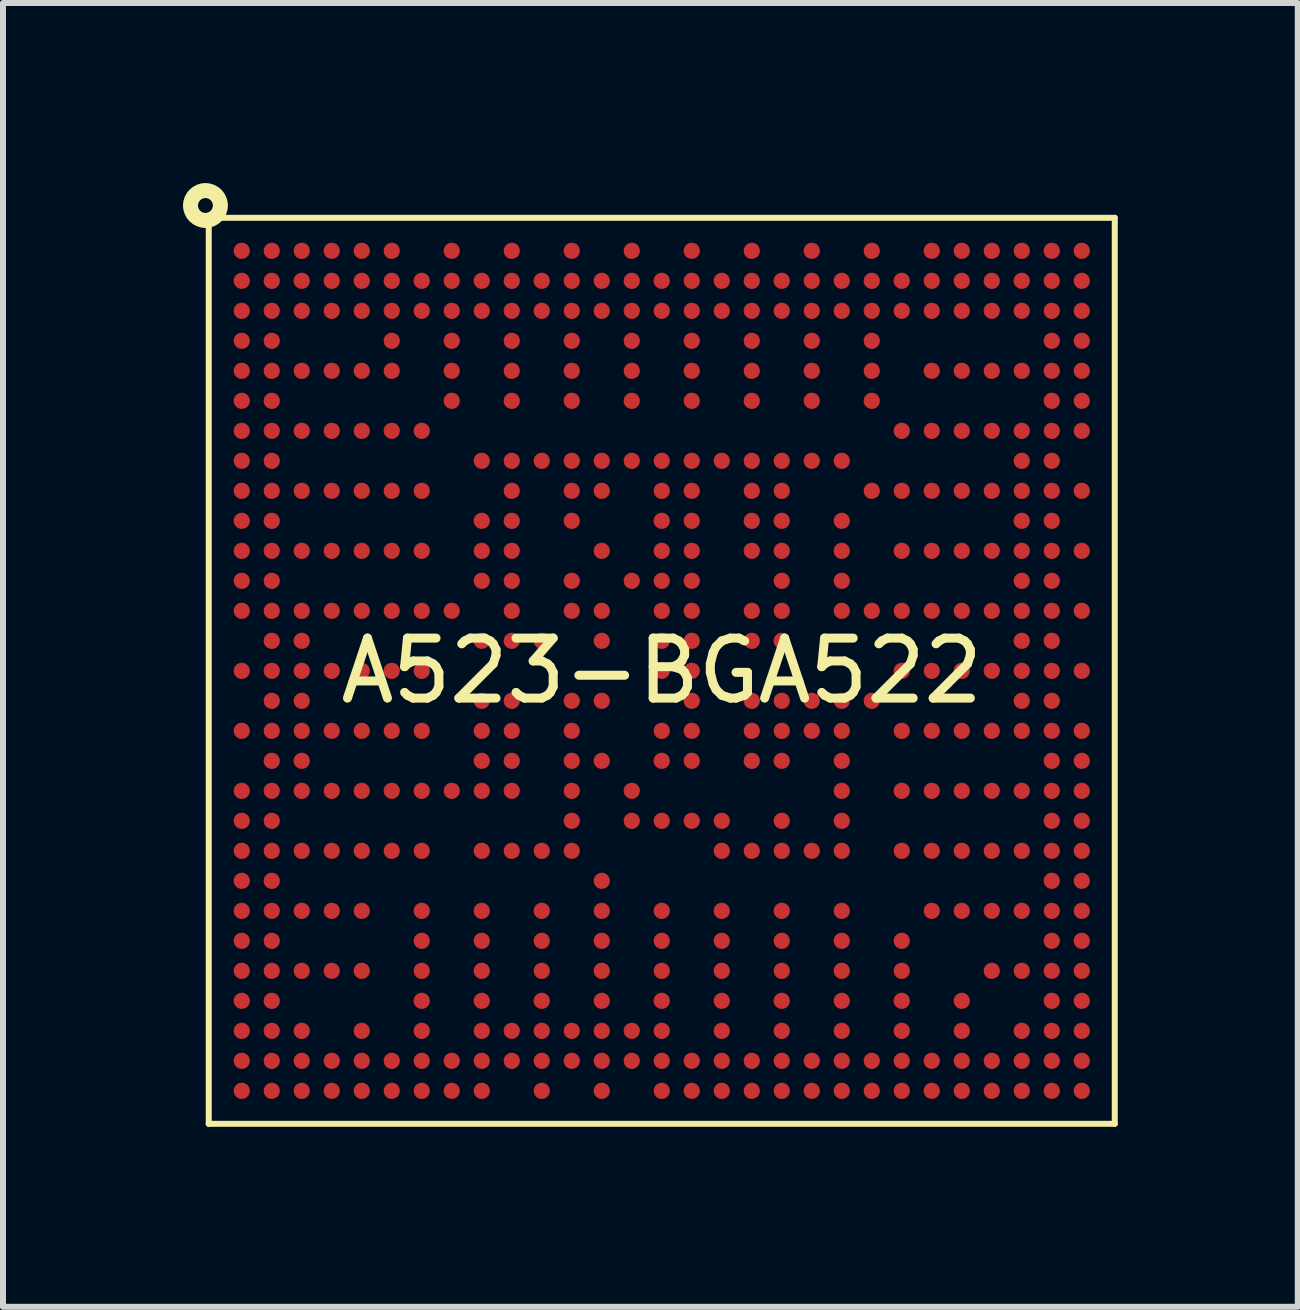
<source format=kicad_pcb>
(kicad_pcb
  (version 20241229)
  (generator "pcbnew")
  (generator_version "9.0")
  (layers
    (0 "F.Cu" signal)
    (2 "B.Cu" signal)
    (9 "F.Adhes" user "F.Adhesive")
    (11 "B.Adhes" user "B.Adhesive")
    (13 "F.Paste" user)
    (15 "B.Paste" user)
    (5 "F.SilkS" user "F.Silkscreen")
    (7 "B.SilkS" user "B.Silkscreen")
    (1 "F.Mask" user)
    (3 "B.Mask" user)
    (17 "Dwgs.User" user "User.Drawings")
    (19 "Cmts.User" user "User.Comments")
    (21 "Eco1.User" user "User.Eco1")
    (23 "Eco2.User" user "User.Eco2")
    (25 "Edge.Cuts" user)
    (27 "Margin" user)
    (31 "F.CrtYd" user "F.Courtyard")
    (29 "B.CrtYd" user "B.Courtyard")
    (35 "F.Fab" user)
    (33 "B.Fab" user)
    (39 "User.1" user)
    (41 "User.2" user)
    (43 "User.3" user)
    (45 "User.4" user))
  (footprint "A523-BGA522"
    (layer "F.Cu")
    (at 7.979 8.13)
    (property "Reference" "A523-BGA522" (at 0 0 0) (layer "F.SilkS") (effects (font (size 1 1) (thickness 0.15))))
    (fp_line (start -7.55 -7.55) (end -7.55 7.55) (stroke (width 0.1) (type default)) (layer "F.SilkS"))
    (fp_line (start -7.55 -7.55) (end 7.55 -7.55) (stroke (width 0.1) (type default)) (layer "F.SilkS"))
    (fp_line (start -7.55 7.55) (end 7.55 7.55) (stroke (width 0.1) (type default)) (layer "F.SilkS"))
    (fp_line (start 7.55 -7.55) (end 7.55 7.55) (stroke (width 0.1) (type default)) (layer "F.SilkS"))
    (fp_circle (center -7.605 -7.755) (end -7.356 -7.755) (stroke (width 0.25) (type default)) (fill no) (layer "F.SilkS"))
    (pad "A1" smd circle (at -7 -7 270) (size 0.27 0.27) (layers "F.Cu" "F.Mask" "F.Paste"))
    (pad "A2" smd circle (at -6.5 -7 270) (size 0.27 0.27) (layers "F.Cu" "F.Mask" "F.Paste"))
    (pad "A3" smd circle (at -6 -7 270) (size 0.27 0.27) (layers "F.Cu" "F.Mask" "F.Paste"))
    (pad "A4" smd circle (at -5.5 -7 270) (size 0.27 0.27) (layers "F.Cu" "F.Mask" "F.Paste"))
    (pad "A5" smd circle (at -5 -7 270) (size 0.27 0.27) (layers "F.Cu" "F.Mask" "F.Paste"))
    (pad "A6" smd circle (at -4.5 -7 270) (size 0.27 0.27) (layers "F.Cu" "F.Mask" "F.Paste"))
    (pad "A8" smd circle (at -3.5 -7 270) (size 0.27 0.27) (layers "F.Cu" "F.Mask" "F.Paste"))
    (pad "A10" smd circle (at -2.5 -7 270) (size 0.27 0.27) (layers "F.Cu" "F.Mask" "F.Paste"))
    (pad "A12" smd circle (at -1.5 -7 270) (size 0.27 0.27) (layers "F.Cu" "F.Mask" "F.Paste"))
    (pad "A14" smd circle (at -0.5 -7 270) (size 0.27 0.27) (layers "F.Cu" "F.Mask" "F.Paste"))
    (pad "A16" smd circle (at 0.5 -7 270) (size 0.27 0.27) (layers "F.Cu" "F.Mask" "F.Paste"))
    (pad "A18" smd circle (at 1.5 -7 270) (size 0.27 0.27) (layers "F.Cu" "F.Mask" "F.Paste"))
    (pad "A20" smd circle (at 2.5 -7 270) (size 0.27 0.27) (layers "F.Cu" "F.Mask" "F.Paste"))
    (pad "A22" smd circle (at 3.5 -7 270) (size 0.27 0.27) (layers "F.Cu" "F.Mask" "F.Paste"))
    (pad "A24" smd circle (at 4.5 -7 270) (size 0.27 0.27) (layers "F.Cu" "F.Mask" "F.Paste"))
    (pad "A25" smd circle (at 5 -7 270) (size 0.27 0.27) (layers "F.Cu" "F.Mask" "F.Paste"))
    (pad "A26" smd circle (at 5.5 -7 270) (size 0.27 0.27) (layers "F.Cu" "F.Mask" "F.Paste"))
    (pad "A27" smd circle (at 6 -7 270) (size 0.27 0.27) (layers "F.Cu" "F.Mask" "F.Paste"))
    (pad "A28" smd circle (at 6.5 -7 270) (size 0.27 0.27) (layers "F.Cu" "F.Mask" "F.Paste"))
    (pad "A29" smd circle (at 7 -7 270) (size 0.27 0.27) (layers "F.Cu" "F.Mask" "F.Paste"))
    (pad "AA1" smd circle (at -7 3 270) (size 0.27 0.27) (layers "F.Cu" "F.Mask" "F.Paste"))
    (pad "AA2" smd circle (at -6.5 3 270) (size 0.27 0.27) (layers "F.Cu" "F.Mask" "F.Paste"))
    (pad "AA3" smd circle (at -6 3 270) (size 0.27 0.27) (layers "F.Cu" "F.Mask" "F.Paste"))
    (pad "AA4" smd circle (at -5.5 3 270) (size 0.27 0.27) (layers "F.Cu" "F.Mask" "F.Paste"))
    (pad "AA5" smd circle (at -5 3 270) (size 0.27 0.27) (layers "F.Cu" "F.Mask" "F.Paste"))
    (pad "AA6" smd circle (at -4.5 3 270) (size 0.27 0.27) (layers "F.Cu" "F.Mask" "F.Paste"))
    (pad "AA7" smd circle (at -4 3 270) (size 0.27 0.27) (layers "F.Cu" "F.Mask" "F.Paste"))
    (pad "AA9" smd circle (at -3 3 270) (size 0.27 0.27) (layers "F.Cu" "F.Mask" "F.Paste"))
    (pad "AA10" smd circle (at -2.5 3 270) (size 0.27 0.27) (layers "F.Cu" "F.Mask" "F.Paste"))
    (pad "AA11" smd circle (at -2 3 270) (size 0.27 0.27) (layers "F.Cu" "F.Mask" "F.Paste"))
    (pad "AA12" smd circle (at -1.5 3 270) (size 0.27 0.27) (layers "F.Cu" "F.Mask" "F.Paste"))
    (pad "AA17" smd circle (at 1 3 270) (size 0.27 0.27) (layers "F.Cu" "F.Mask" "F.Paste"))
    (pad "AA18" smd circle (at 1.5 3 270) (size 0.27 0.27) (layers "F.Cu" "F.Mask" "F.Paste"))
    (pad "AA19" smd circle (at 2 3 270) (size 0.27 0.27) (layers "F.Cu" "F.Mask" "F.Paste"))
    (pad "AA20" smd circle (at 2.5 3 270) (size 0.27 0.27) (layers "F.Cu" "F.Mask" "F.Paste"))
    (pad "AA21" smd circle (at 3 3 270) (size 0.27 0.27) (layers "F.Cu" "F.Mask" "F.Paste"))
    (pad "AA23" smd circle (at 4 3 270) (size 0.27 0.27) (layers "F.Cu" "F.Mask" "F.Paste"))
    (pad "AA24" smd circle (at 4.5 3 270) (size 0.27 0.27) (layers "F.Cu" "F.Mask" "F.Paste"))
    (pad "AA25" smd circle (at 5 3 270) (size 0.27 0.27) (layers "F.Cu" "F.Mask" "F.Paste"))
    (pad "AA26" smd circle (at 5.5 3 270) (size 0.27 0.27) (layers "F.Cu" "F.Mask" "F.Paste"))
    (pad "AA27" smd circle (at 6 3 270) (size 0.27 0.27) (layers "F.Cu" "F.Mask" "F.Paste"))
    (pad "AA28" smd circle (at 6.5 3 270) (size 0.27 0.27) (layers "F.Cu" "F.Mask" "F.Paste"))
    (pad "AA29" smd circle (at 7 3 270) (size 0.27 0.27) (layers "F.Cu" "F.Mask" "F.Paste"))
    (pad "AB1" smd circle (at -7 3.5 270) (size 0.27 0.27) (layers "F.Cu" "F.Mask" "F.Paste"))
    (pad "AB2" smd circle (at -6.5 3.5 270) (size 0.27 0.27) (layers "F.Cu" "F.Mask" "F.Paste"))
    (pad "AB13" smd circle (at -1 3.5 270) (size 0.27 0.27) (layers "F.Cu" "F.Mask" "F.Paste"))
    (pad "AB28" smd circle (at 6.5 3.5 270) (size 0.27 0.27) (layers "F.Cu" "F.Mask" "F.Paste"))
    (pad "AB29" smd circle (at 7 3.5 270) (size 0.27 0.27) (layers "F.Cu" "F.Mask" "F.Paste"))
    (pad "AC1" smd circle (at -7 4 270) (size 0.27 0.27) (layers "F.Cu" "F.Mask" "F.Paste"))
    (pad "AC2" smd circle (at -6.5 4 270) (size 0.27 0.27) (layers "F.Cu" "F.Mask" "F.Paste"))
    (pad "AC3" smd circle (at -6 4 270) (size 0.27 0.27) (layers "F.Cu" "F.Mask" "F.Paste"))
    (pad "AC4" smd circle (at -5.5 4 270) (size 0.27 0.27) (layers "F.Cu" "F.Mask" "F.Paste"))
    (pad "AC5" smd circle (at -5 4 270) (size 0.27 0.27) (layers "F.Cu" "F.Mask" "F.Paste"))
    (pad "AC7" smd circle (at -4 4 270) (size 0.27 0.27) (layers "F.Cu" "F.Mask" "F.Paste"))
    (pad "AC9" smd circle (at -3 4 270) (size 0.27 0.27) (layers "F.Cu" "F.Mask" "F.Paste"))
    (pad "AC11" smd circle (at -2 4 270) (size 0.27 0.27) (layers "F.Cu" "F.Mask" "F.Paste"))
    (pad "AC13" smd circle (at -1 4 270) (size 0.27 0.27) (layers "F.Cu" "F.Mask" "F.Paste"))
    (pad "AC15" smd circle (at 0 4 270) (size 0.27 0.27) (layers "F.Cu" "F.Mask" "F.Paste"))
    (pad "AC17" smd circle (at 1 4 270) (size 0.27 0.27) (layers "F.Cu" "F.Mask" "F.Paste"))
    (pad "AC19" smd circle (at 2 4 270) (size 0.27 0.27) (layers "F.Cu" "F.Mask" "F.Paste"))
    (pad "AC21" smd circle (at 3 4 270) (size 0.27 0.27) (layers "F.Cu" "F.Mask" "F.Paste"))
    (pad "AC24" smd circle (at 4.5 4 270) (size 0.27 0.27) (layers "F.Cu" "F.Mask" "F.Paste"))
    (pad "AC25" smd circle (at 5 4 270) (size 0.27 0.27) (layers "F.Cu" "F.Mask" "F.Paste"))
    (pad "AC26" smd circle (at 5.5 4 270) (size 0.27 0.27) (layers "F.Cu" "F.Mask" "F.Paste"))
    (pad "AC27" smd circle (at 6 4 270) (size 0.27 0.27) (layers "F.Cu" "F.Mask" "F.Paste"))
    (pad "AC28" smd circle (at 6.5 4 270) (size 0.27 0.27) (layers "F.Cu" "F.Mask" "F.Paste"))
    (pad "AC29" smd circle (at 7 4 270) (size 0.27 0.27) (layers "F.Cu" "F.Mask" "F.Paste"))
    (pad "AD1" smd circle (at -7 4.5 270) (size 0.27 0.27) (layers "F.Cu" "F.Mask" "F.Paste"))
    (pad "AD2" smd circle (at -6.5 4.5 270) (size 0.27 0.27) (layers "F.Cu" "F.Mask" "F.Paste"))
    (pad "AD7" smd circle (at -4 4.5 270) (size 0.27 0.27) (layers "F.Cu" "F.Mask" "F.Paste"))
    (pad "AD9" smd circle (at -3 4.5 270) (size 0.27 0.27) (layers "F.Cu" "F.Mask" "F.Paste"))
    (pad "AD11" smd circle (at -2 4.5 270) (size 0.27 0.27) (layers "F.Cu" "F.Mask" "F.Paste"))
    (pad "AD13" smd circle (at -1 4.5 270) (size 0.27 0.27) (layers "F.Cu" "F.Mask" "F.Paste"))
    (pad "AD15" smd circle (at 0 4.5 270) (size 0.27 0.27) (layers "F.Cu" "F.Mask" "F.Paste"))
    (pad "AD17" smd circle (at 1 4.5 270) (size 0.27 0.27) (layers "F.Cu" "F.Mask" "F.Paste"))
    (pad "AD19" smd circle (at 2 4.5 270) (size 0.27 0.27) (layers "F.Cu" "F.Mask" "F.Paste"))
    (pad "AD21" smd circle (at 3 4.5 270) (size 0.27 0.27) (layers "F.Cu" "F.Mask" "F.Paste"))
    (pad "AD23" smd circle (at 4 4.5 270) (size 0.27 0.27) (layers "F.Cu" "F.Mask" "F.Paste"))
    (pad "AD28" smd circle (at 6.5 4.5 270) (size 0.27 0.27) (layers "F.Cu" "F.Mask" "F.Paste"))
    (pad "AD29" smd circle (at 7 4.5 270) (size 0.27 0.27) (layers "F.Cu" "F.Mask" "F.Paste"))
    (pad "AE1" smd circle (at -7 5 270) (size 0.27 0.27) (layers "F.Cu" "F.Mask" "F.Paste"))
    (pad "AE2" smd circle (at -6.5 5 270) (size 0.27 0.27) (layers "F.Cu" "F.Mask" "F.Paste"))
    (pad "AE3" smd circle (at -6 5 270) (size 0.27 0.27) (layers "F.Cu" "F.Mask" "F.Paste"))
    (pad "AE4" smd circle (at -5.5 5 270) (size 0.27 0.27) (layers "F.Cu" "F.Mask" "F.Paste"))
    (pad "AE5" smd circle (at -5 5 270) (size 0.27 0.27) (layers "F.Cu" "F.Mask" "F.Paste"))
    (pad "AE7" smd circle (at -4 5 270) (size 0.27 0.27) (layers "F.Cu" "F.Mask" "F.Paste"))
    (pad "AE9" smd circle (at -3 5 270) (size 0.27 0.27) (layers "F.Cu" "F.Mask" "F.Paste"))
    (pad "AE11" smd circle (at -2 5 270) (size 0.27 0.27) (layers "F.Cu" "F.Mask" "F.Paste"))
    (pad "AE13" smd circle (at -1 5 270) (size 0.27 0.27) (layers "F.Cu" "F.Mask" "F.Paste"))
    (pad "AE15" smd circle (at 0 5 270) (size 0.27 0.27) (layers "F.Cu" "F.Mask" "F.Paste"))
    (pad "AE17" smd circle (at 1 5 270) (size 0.27 0.27) (layers "F.Cu" "F.Mask" "F.Paste"))
    (pad "AE19" smd circle (at 2 5 270) (size 0.27 0.27) (layers "F.Cu" "F.Mask" "F.Paste"))
    (pad "AE21" smd circle (at 3 5 270) (size 0.27 0.27) (layers "F.Cu" "F.Mask" "F.Paste"))
    (pad "AE23" smd circle (at 4 5 270) (size 0.27 0.27) (layers "F.Cu" "F.Mask" "F.Paste"))
    (pad "AE26" smd circle (at 5.5 5 270) (size 0.27 0.27) (layers "F.Cu" "F.Mask" "F.Paste"))
    (pad "AE27" smd circle (at 6 5 270) (size 0.27 0.27) (layers "F.Cu" "F.Mask" "F.Paste"))
    (pad "AE28" smd circle (at 6.5 5 270) (size 0.27 0.27) (layers "F.Cu" "F.Mask" "F.Paste"))
    (pad "AE29" smd circle (at 7 5 270) (size 0.27 0.27) (layers "F.Cu" "F.Mask" "F.Paste"))
    (pad "AF1" smd circle (at -7 5.5 270) (size 0.27 0.27) (layers "F.Cu" "F.Mask" "F.Paste"))
    (pad "AF2" smd circle (at -6.5 5.5 270) (size 0.27 0.27) (layers "F.Cu" "F.Mask" "F.Paste"))
    (pad "AF7" smd circle (at -4 5.5 270) (size 0.27 0.27) (layers "F.Cu" "F.Mask" "F.Paste"))
    (pad "AF9" smd circle (at -3 5.5 270) (size 0.27 0.27) (layers "F.Cu" "F.Mask" "F.Paste"))
    (pad "AF11" smd circle (at -2 5.5 270) (size 0.27 0.27) (layers "F.Cu" "F.Mask" "F.Paste"))
    (pad "AF13" smd circle (at -1 5.5 270) (size 0.27 0.27) (layers "F.Cu" "F.Mask" "F.Paste"))
    (pad "AF15" smd circle (at 0 5.5 270) (size 0.27 0.27) (layers "F.Cu" "F.Mask" "F.Paste"))
    (pad "AF17" smd circle (at 1 5.5 270) (size 0.27 0.27) (layers "F.Cu" "F.Mask" "F.Paste"))
    (pad "AF19" smd circle (at 2 5.5 270) (size 0.27 0.27) (layers "F.Cu" "F.Mask" "F.Paste"))
    (pad "AF21" smd circle (at 3 5.5 270) (size 0.27 0.27) (layers "F.Cu" "F.Mask" "F.Paste"))
    (pad "AF23" smd circle (at 4 5.5 270) (size 0.27 0.27) (layers "F.Cu" "F.Mask" "F.Paste"))
    (pad "AF25" smd circle (at 5 5.5 270) (size 0.27 0.27) (layers "F.Cu" "F.Mask" "F.Paste"))
    (pad "AF28" smd circle (at 6.5 5.5 270) (size 0.27 0.27) (layers "F.Cu" "F.Mask" "F.Paste"))
    (pad "AF29" smd circle (at 7 5.5 270) (size 0.27 0.27) (layers "F.Cu" "F.Mask" "F.Paste"))
    (pad "AG1" smd circle (at -7 6 270) (size 0.27 0.27) (layers "F.Cu" "F.Mask" "F.Paste"))
    (pad "AG2" smd circle (at -6.5 6 270) (size 0.27 0.27) (layers "F.Cu" "F.Mask" "F.Paste"))
    (pad "AG3" smd circle (at -6 6 270) (size 0.27 0.27) (layers "F.Cu" "F.Mask" "F.Paste"))
    (pad "AG5" smd circle (at -5 6 270) (size 0.27 0.27) (layers "F.Cu" "F.Mask" "F.Paste"))
    (pad "AG7" smd circle (at -4 6 270) (size 0.27 0.27) (layers "F.Cu" "F.Mask" "F.Paste"))
    (pad "AG9" smd circle (at -3 6 270) (size 0.27 0.27) (layers "F.Cu" "F.Mask" "F.Paste"))
    (pad "AG10" smd circle (at -2.5 6 270) (size 0.27 0.27) (layers "F.Cu" "F.Mask" "F.Paste"))
    (pad "AG11" smd circle (at -2 6 270) (size 0.27 0.27) (layers "F.Cu" "F.Mask" "F.Paste"))
    (pad "AG12" smd circle (at -1.5 6 270) (size 0.27 0.27) (layers "F.Cu" "F.Mask" "F.Paste"))
    (pad "AG13" smd circle (at -1 6 270) (size 0.27 0.27) (layers "F.Cu" "F.Mask" "F.Paste"))
    (pad "AG14" smd circle (at -0.5 6 270) (size 0.27 0.27) (layers "F.Cu" "F.Mask" "F.Paste"))
    (pad "AG15" smd circle (at 0 6 270) (size 0.27 0.27) (layers "F.Cu" "F.Mask" "F.Paste"))
    (pad "AG17" smd circle (at 1 6 270) (size 0.27 0.27) (layers "F.Cu" "F.Mask" "F.Paste"))
    (pad "AG19" smd circle (at 2 6 270) (size 0.27 0.27) (layers "F.Cu" "F.Mask" "F.Paste"))
    (pad "AG21" smd circle (at 3 6 270) (size 0.27 0.27) (layers "F.Cu" "F.Mask" "F.Paste"))
    (pad "AG23" smd circle (at 4 6 270) (size 0.27 0.27) (layers "F.Cu" "F.Mask" "F.Paste"))
    (pad "AG25" smd circle (at 5 6 270) (size 0.27 0.27) (layers "F.Cu" "F.Mask" "F.Paste"))
    (pad "AG27" smd circle (at 6 6 270) (size 0.27 0.27) (layers "F.Cu" "F.Mask" "F.Paste"))
    (pad "AG28" smd circle (at 6.5 6 270) (size 0.27 0.27) (layers "F.Cu" "F.Mask" "F.Paste"))
    (pad "AG29" smd circle (at 7 6 270) (size 0.27 0.27) (layers "F.Cu" "F.Mask" "F.Paste"))
    (pad "AH1" smd circle (at -7 6.5 270) (size 0.27 0.27) (layers "F.Cu" "F.Mask" "F.Paste"))
    (pad "AH2" smd circle (at -6.5 6.5 270) (size 0.27 0.27) (layers "F.Cu" "F.Mask" "F.Paste"))
    (pad "AH3" smd circle (at -6 6.5 270) (size 0.27 0.27) (layers "F.Cu" "F.Mask" "F.Paste"))
    (pad "AH4" smd circle (at -5.5 6.5 270) (size 0.27 0.27) (layers "F.Cu" "F.Mask" "F.Paste"))
    (pad "AH5" smd circle (at -5 6.5 270) (size 0.27 0.27) (layers "F.Cu" "F.Mask" "F.Paste"))
    (pad "AH6" smd circle (at -4.5 6.5 270) (size 0.27 0.27) (layers "F.Cu" "F.Mask" "F.Paste"))
    (pad "AH7" smd circle (at -4 6.5 270) (size 0.27 0.27) (layers "F.Cu" "F.Mask" "F.Paste"))
    (pad "AH8" smd circle (at -3.5 6.5 270) (size 0.27 0.27) (layers "F.Cu" "F.Mask" "F.Paste"))
    (pad "AH9" smd circle (at -3 6.5 270) (size 0.27 0.27) (layers "F.Cu" "F.Mask" "F.Paste"))
    (pad "AH10" smd circle (at -2.5 6.5 270) (size 0.27 0.27) (layers "F.Cu" "F.Mask" "F.Paste"))
    (pad "AH11" smd circle (at -2 6.5 270) (size 0.27 0.27) (layers "F.Cu" "F.Mask" "F.Paste"))
    (pad "AH12" smd circle (at -1.5 6.5 270) (size 0.27 0.27) (layers "F.Cu" "F.Mask" "F.Paste"))
    (pad "AH13" smd circle (at -1 6.5 270) (size 0.27 0.27) (layers "F.Cu" "F.Mask" "F.Paste"))
    (pad "AH14" smd circle (at -0.5 6.5 270) (size 0.27 0.27) (layers "F.Cu" "F.Mask" "F.Paste"))
    (pad "AH15" smd circle (at 0 6.5 270) (size 0.27 0.27) (layers "F.Cu" "F.Mask" "F.Paste"))
    (pad "AH16" smd circle (at 0.5 6.5 270) (size 0.27 0.27) (layers "F.Cu" "F.Mask" "F.Paste"))
    (pad "AH17" smd circle (at 1 6.5 270) (size 0.27 0.27) (layers "F.Cu" "F.Mask" "F.Paste"))
    (pad "AH18" smd circle (at 1.5 6.5 270) (size 0.27 0.27) (layers "F.Cu" "F.Mask" "F.Paste"))
    (pad "AH19" smd circle (at 2 6.5 270) (size 0.27 0.27) (layers "F.Cu" "F.Mask" "F.Paste"))
    (pad "AH20" smd circle (at 2.5 6.5 270) (size 0.27 0.27) (layers "F.Cu" "F.Mask" "F.Paste"))
    (pad "AH21" smd circle (at 3 6.5 270) (size 0.27 0.27) (layers "F.Cu" "F.Mask" "F.Paste"))
    (pad "AH22" smd circle (at 3.5 6.5 270) (size 0.27 0.27) (layers "F.Cu" "F.Mask" "F.Paste"))
    (pad "AH23" smd circle (at 4 6.5 270) (size 0.27 0.27) (layers "F.Cu" "F.Mask" "F.Paste"))
    (pad "AH24" smd circle (at 4.5 6.5 270) (size 0.27 0.27) (layers "F.Cu" "F.Mask" "F.Paste"))
    (pad "AH25" smd circle (at 5 6.5 270) (size 0.27 0.27) (layers "F.Cu" "F.Mask" "F.Paste"))
    (pad "AH26" smd circle (at 5.5 6.5 270) (size 0.27 0.27) (layers "F.Cu" "F.Mask" "F.Paste"))
    (pad "AH27" smd circle (at 6 6.5 270) (size 0.27 0.27) (layers "F.Cu" "F.Mask" "F.Paste"))
    (pad "AH28" smd circle (at 6.5 6.5 270) (size 0.27 0.27) (layers "F.Cu" "F.Mask" "F.Paste"))
    (pad "AH29" smd circle (at 7 6.5 270) (size 0.27 0.27) (layers "F.Cu" "F.Mask" "F.Paste"))
    (pad "AJ1" smd circle (at -7 7 270) (size 0.27 0.27) (layers "F.Cu" "F.Mask" "F.Paste"))
    (pad "AJ2" smd circle (at -6.5 7 270) (size 0.27 0.27) (layers "F.Cu" "F.Mask" "F.Paste"))
    (pad "AJ3" smd circle (at -6 7 270) (size 0.27 0.27) (layers "F.Cu" "F.Mask" "F.Paste"))
    (pad "AJ4" smd circle (at -5.5 7 270) (size 0.27 0.27) (layers "F.Cu" "F.Mask" "F.Paste"))
    (pad "AJ5" smd circle (at -5 7 270) (size 0.27 0.27) (layers "F.Cu" "F.Mask" "F.Paste"))
    (pad "AJ6" smd circle (at -4.5 7 270) (size 0.27 0.27) (layers "F.Cu" "F.Mask" "F.Paste"))
    (pad "AJ7" smd circle (at -4 7 270) (size 0.27 0.27) (layers "F.Cu" "F.Mask" "F.Paste"))
    (pad "AJ8" smd circle (at -3.5 7 270) (size 0.27 0.27) (layers "F.Cu" "F.Mask" "F.Paste"))
    (pad "AJ9" smd circle (at -3 7 270) (size 0.27 0.27) (layers "F.Cu" "F.Mask" "F.Paste"))
    (pad "AJ11" smd circle (at -2 7 270) (size 0.27 0.27) (layers "F.Cu" "F.Mask" "F.Paste"))
    (pad "AJ13" smd circle (at -1 7 270) (size 0.27 0.27) (layers "F.Cu" "F.Mask" "F.Paste"))
    (pad "AJ15" smd circle (at 0 7 270) (size 0.27 0.27) (layers "F.Cu" "F.Mask" "F.Paste"))
    (pad "AJ16" smd circle (at 0.5 7 270) (size 0.27 0.27) (layers "F.Cu" "F.Mask" "F.Paste"))
    (pad "AJ17" smd circle (at 1 7 270) (size 0.27 0.27) (layers "F.Cu" "F.Mask" "F.Paste"))
    (pad "AJ18" smd circle (at 1.5 7 270) (size 0.27 0.27) (layers "F.Cu" "F.Mask" "F.Paste"))
    (pad "AJ19" smd circle (at 2 7 270) (size 0.27 0.27) (layers "F.Cu" "F.Mask" "F.Paste"))
    (pad "AJ20" smd circle (at 2.5 7 270) (size 0.27 0.27) (layers "F.Cu" "F.Mask" "F.Paste"))
    (pad "AJ21" smd circle (at 3 7 270) (size 0.27 0.27) (layers "F.Cu" "F.Mask" "F.Paste"))
    (pad "AJ22" smd circle (at 3.5 7 270) (size 0.27 0.27) (layers "F.Cu" "F.Mask" "F.Paste"))
    (pad "AJ23" smd circle (at 4 7 270) (size 0.27 0.27) (layers "F.Cu" "F.Mask" "F.Paste"))
    (pad "AJ24" smd circle (at 4.5 7 270) (size 0.27 0.27) (layers "F.Cu" "F.Mask" "F.Paste"))
    (pad "AJ25" smd circle (at 5 7 270) (size 0.27 0.27) (layers "F.Cu" "F.Mask" "F.Paste"))
    (pad "AJ26" smd circle (at 5.5 7 270) (size 0.27 0.27) (layers "F.Cu" "F.Mask" "F.Paste"))
    (pad "AJ27" smd circle (at 6 7 270) (size 0.27 0.27) (layers "F.Cu" "F.Mask" "F.Paste"))
    (pad "AJ28" smd circle (at 6.5 7 270) (size 0.27 0.27) (layers "F.Cu" "F.Mask" "F.Paste"))
    (pad "AJ29" smd circle (at 7 7 270) (size 0.27 0.27) (layers "F.Cu" "F.Mask" "F.Paste"))
    (pad "B1" smd circle (at -7 -6.5 270) (size 0.27 0.27) (layers "F.Cu" "F.Mask" "F.Paste"))
    (pad "B2" smd circle (at -6.5 -6.5 270) (size 0.27 0.27) (layers "F.Cu" "F.Mask" "F.Paste"))
    (pad "B3" smd circle (at -6 -6.5 270) (size 0.27 0.27) (layers "F.Cu" "F.Mask" "F.Paste"))
    (pad "B4" smd circle (at -5.5 -6.5 270) (size 0.27 0.27) (layers "F.Cu" "F.Mask" "F.Paste"))
    (pad "B5" smd circle (at -5 -6.5 270) (size 0.27 0.27) (layers "F.Cu" "F.Mask" "F.Paste"))
    (pad "B6" smd circle (at -4.5 -6.5 270) (size 0.27 0.27) (layers "F.Cu" "F.Mask" "F.Paste"))
    (pad "B7" smd circle (at -4 -6.5 270) (size 0.27 0.27) (layers "F.Cu" "F.Mask" "F.Paste"))
    (pad "B8" smd circle (at -3.5 -6.5 270) (size 0.27 0.27) (layers "F.Cu" "F.Mask" "F.Paste"))
    (pad "B9" smd circle (at -3 -6.5 270) (size 0.27 0.27) (layers "F.Cu" "F.Mask" "F.Paste"))
    (pad "B10" smd circle (at -2.5 -6.5 270) (size 0.27 0.27) (layers "F.Cu" "F.Mask" "F.Paste"))
    (pad "B11" smd circle (at -2 -6.5 270) (size 0.27 0.27) (layers "F.Cu" "F.Mask" "F.Paste"))
    (pad "B12" smd circle (at -1.5 -6.5 270) (size 0.27 0.27) (layers "F.Cu" "F.Mask" "F.Paste"))
    (pad "B13" smd circle (at -1 -6.5 270) (size 0.27 0.27) (layers "F.Cu" "F.Mask" "F.Paste"))
    (pad "B14" smd circle (at -0.5 -6.5 270) (size 0.27 0.27) (layers "F.Cu" "F.Mask" "F.Paste"))
    (pad "B15" smd circle (at 0 -6.5 270) (size 0.27 0.27) (layers "F.Cu" "F.Mask" "F.Paste"))
    (pad "B16" smd circle (at 0.5 -6.5 270) (size 0.27 0.27) (layers "F.Cu" "F.Mask" "F.Paste"))
    (pad "B17" smd circle (at 1 -6.5 270) (size 0.27 0.27) (layers "F.Cu" "F.Mask" "F.Paste"))
    (pad "B18" smd circle (at 1.5 -6.5 270) (size 0.27 0.27) (layers "F.Cu" "F.Mask" "F.Paste"))
    (pad "B19" smd circle (at 2 -6.5 270) (size 0.27 0.27) (layers "F.Cu" "F.Mask" "F.Paste"))
    (pad "B20" smd circle (at 2.5 -6.5 270) (size 0.27 0.27) (layers "F.Cu" "F.Mask" "F.Paste"))
    (pad "B21" smd circle (at 3 -6.5 270) (size 0.27 0.27) (layers "F.Cu" "F.Mask" "F.Paste"))
    (pad "B22" smd circle (at 3.5 -6.5 270) (size 0.27 0.27) (layers "F.Cu" "F.Mask" "F.Paste"))
    (pad "B23" smd circle (at 4 -6.5 270) (size 0.27 0.27) (layers "F.Cu" "F.Mask" "F.Paste"))
    (pad "B24" smd circle (at 4.5 -6.5 270) (size 0.27 0.27) (layers "F.Cu" "F.Mask" "F.Paste"))
    (pad "B25" smd circle (at 5 -6.5 270) (size 0.27 0.27) (layers "F.Cu" "F.Mask" "F.Paste"))
    (pad "B26" smd circle (at 5.5 -6.5 270) (size 0.27 0.27) (layers "F.Cu" "F.Mask" "F.Paste"))
    (pad "B27" smd circle (at 6 -6.5 270) (size 0.27 0.27) (layers "F.Cu" "F.Mask" "F.Paste"))
    (pad "B28" smd circle (at 6.5 -6.5 270) (size 0.27 0.27) (layers "F.Cu" "F.Mask" "F.Paste"))
    (pad "B29" smd circle (at 7 -6.5 270) (size 0.27 0.27) (layers "F.Cu" "F.Mask" "F.Paste"))
    (pad "C1" smd circle (at -7 -6 270) (size 0.27 0.27) (layers "F.Cu" "F.Mask" "F.Paste"))
    (pad "C2" smd circle (at -6.5 -6 270) (size 0.27 0.27) (layers "F.Cu" "F.Mask" "F.Paste"))
    (pad "C3" smd circle (at -6 -6 270) (size 0.27 0.27) (layers "F.Cu" "F.Mask" "F.Paste"))
    (pad "C4" smd circle (at -5.5 -6 270) (size 0.27 0.27) (layers "F.Cu" "F.Mask" "F.Paste"))
    (pad "C5" smd circle (at -5 -6 270) (size 0.27 0.27) (layers "F.Cu" "F.Mask" "F.Paste"))
    (pad "C6" smd circle (at -4.5 -6 270) (size 0.27 0.27) (layers "F.Cu" "F.Mask" "F.Paste"))
    (pad "C7" smd circle (at -4 -6 270) (size 0.27 0.27) (layers "F.Cu" "F.Mask" "F.Paste"))
    (pad "C8" smd circle (at -3.5 -6 270) (size 0.27 0.27) (layers "F.Cu" "F.Mask" "F.Paste"))
    (pad "C9" smd circle (at -3 -6 270) (size 0.27 0.27) (layers "F.Cu" "F.Mask" "F.Paste"))
    (pad "C10" smd circle (at -2.5 -6 270) (size 0.27 0.27) (layers "F.Cu" "F.Mask" "F.Paste"))
    (pad "C11" smd circle (at -2 -6 270) (size 0.27 0.27) (layers "F.Cu" "F.Mask" "F.Paste"))
    (pad "C12" smd circle (at -1.5 -6 270) (size 0.27 0.27) (layers "F.Cu" "F.Mask" "F.Paste"))
    (pad "C13" smd circle (at -1 -6 270) (size 0.27 0.27) (layers "F.Cu" "F.Mask" "F.Paste"))
    (pad "C14" smd circle (at -0.5 -6 270) (size 0.27 0.27) (layers "F.Cu" "F.Mask" "F.Paste"))
    (pad "C15" smd circle (at 0 -6 270) (size 0.27 0.27) (layers "F.Cu" "F.Mask" "F.Paste"))
    (pad "C16" smd circle (at 0.5 -6 270) (size 0.27 0.27) (layers "F.Cu" "F.Mask" "F.Paste"))
    (pad "C17" smd circle (at 1 -6 270) (size 0.27 0.27) (layers "F.Cu" "F.Mask" "F.Paste"))
    (pad "C18" smd circle (at 1.5 -6 270) (size 0.27 0.27) (layers "F.Cu" "F.Mask" "F.Paste"))
    (pad "C19" smd circle (at 2 -6 270) (size 0.27 0.27) (layers "F.Cu" "F.Mask" "F.Paste"))
    (pad "C20" smd circle (at 2.5 -6 270) (size 0.27 0.27) (layers "F.Cu" "F.Mask" "F.Paste"))
    (pad "C21" smd circle (at 3 -6 270) (size 0.27 0.27) (layers "F.Cu" "F.Mask" "F.Paste"))
    (pad "C22" smd circle (at 3.5 -6 270) (size 0.27 0.27) (layers "F.Cu" "F.Mask" "F.Paste"))
    (pad "C23" smd circle (at 4 -6 270) (size 0.27 0.27) (layers "F.Cu" "F.Mask" "F.Paste"))
    (pad "C24" smd circle (at 4.5 -6 270) (size 0.27 0.27) (layers "F.Cu" "F.Mask" "F.Paste"))
    (pad "C25" smd circle (at 5 -6 270) (size 0.27 0.27) (layers "F.Cu" "F.Mask" "F.Paste"))
    (pad "C26" smd circle (at 5.5 -6 270) (size 0.27 0.27) (layers "F.Cu" "F.Mask" "F.Paste"))
    (pad "C27" smd circle (at 6 -6 270) (size 0.27 0.27) (layers "F.Cu" "F.Mask" "F.Paste"))
    (pad "C28" smd circle (at 6.5 -6 270) (size 0.27 0.27) (layers "F.Cu" "F.Mask" "F.Paste"))
    (pad "C29" smd circle (at 7 -6 270) (size 0.27 0.27) (layers "F.Cu" "F.Mask" "F.Paste"))
    (pad "D1" smd circle (at -7 -5.5 270) (size 0.27 0.27) (layers "F.Cu" "F.Mask" "F.Paste"))
    (pad "D2" smd circle (at -6.5 -5.5 270) (size 0.27 0.27) (layers "F.Cu" "F.Mask" "F.Paste"))
    (pad "D6" smd circle (at -4.5 -5.5 270) (size 0.27 0.27) (layers "F.Cu" "F.Mask" "F.Paste"))
    (pad "D8" smd circle (at -3.5 -5.5 270) (size 0.27 0.27) (layers "F.Cu" "F.Mask" "F.Paste"))
    (pad "D10" smd circle (at -2.5 -5.5 270) (size 0.27 0.27) (layers "F.Cu" "F.Mask" "F.Paste"))
    (pad "D12" smd circle (at -1.5 -5.5 270) (size 0.27 0.27) (layers "F.Cu" "F.Mask" "F.Paste"))
    (pad "D14" smd circle (at -0.5 -5.5 270) (size 0.27 0.27) (layers "F.Cu" "F.Mask" "F.Paste"))
    (pad "D16" smd circle (at 0.5 -5.5 270) (size 0.27 0.27) (layers "F.Cu" "F.Mask" "F.Paste"))
    (pad "D18" smd circle (at 1.5 -5.5 270) (size 0.27 0.27) (layers "F.Cu" "F.Mask" "F.Paste"))
    (pad "D20" smd circle (at 2.5 -5.5 270) (size 0.27 0.27) (layers "F.Cu" "F.Mask" "F.Paste"))
    (pad "D22" smd circle (at 3.5 -5.5 270) (size 0.27 0.27) (layers "F.Cu" "F.Mask" "F.Paste"))
    (pad "D28" smd circle (at 6.5 -5.5 270) (size 0.27 0.27) (layers "F.Cu" "F.Mask" "F.Paste"))
    (pad "D29" smd circle (at 7 -5.5 270) (size 0.27 0.27) (layers "F.Cu" "F.Mask" "F.Paste"))
    (pad "E1" smd circle (at -7 -5 270) (size 0.27 0.27) (layers "F.Cu" "F.Mask" "F.Paste"))
    (pad "E2" smd circle (at -6.5 -5 270) (size 0.27 0.27) (layers "F.Cu" "F.Mask" "F.Paste"))
    (pad "E3" smd circle (at -6 -5 270) (size 0.27 0.27) (layers "F.Cu" "F.Mask" "F.Paste"))
    (pad "E4" smd circle (at -5.5 -5 270) (size 0.27 0.27) (layers "F.Cu" "F.Mask" "F.Paste"))
    (pad "E5" smd circle (at -5 -5 270) (size 0.27 0.27) (layers "F.Cu" "F.Mask" "F.Paste"))
    (pad "E6" smd circle (at -4.5 -5 270) (size 0.27 0.27) (layers "F.Cu" "F.Mask" "F.Paste"))
    (pad "E8" smd circle (at -3.5 -5 270) (size 0.27 0.27) (layers "F.Cu" "F.Mask" "F.Paste"))
    (pad "E10" smd circle (at -2.5 -5 270) (size 0.27 0.27) (layers "F.Cu" "F.Mask" "F.Paste"))
    (pad "E12" smd circle (at -1.5 -5 270) (size 0.27 0.27) (layers "F.Cu" "F.Mask" "F.Paste"))
    (pad "E14" smd circle (at -0.5 -5 270) (size 0.27 0.27) (layers "F.Cu" "F.Mask" "F.Paste"))
    (pad "E16" smd circle (at 0.5 -5 270) (size 0.27 0.27) (layers "F.Cu" "F.Mask" "F.Paste"))
    (pad "E18" smd circle (at 1.5 -5 270) (size 0.27 0.27) (layers "F.Cu" "F.Mask" "F.Paste"))
    (pad "E20" smd circle (at 2.5 -5 270) (size 0.27 0.27) (layers "F.Cu" "F.Mask" "F.Paste"))
    (pad "E22" smd circle (at 3.5 -5 270) (size 0.27 0.27) (layers "F.Cu" "F.Mask" "F.Paste"))
    (pad "E24" smd circle (at 4.5 -5 270) (size 0.27 0.27) (layers "F.Cu" "F.Mask" "F.Paste"))
    (pad "E25" smd circle (at 5 -5 270) (size 0.27 0.27) (layers "F.Cu" "F.Mask" "F.Paste"))
    (pad "E26" smd circle (at 5.5 -5 270) (size 0.27 0.27) (layers "F.Cu" "F.Mask" "F.Paste"))
    (pad "E27" smd circle (at 6 -5 270) (size 0.27 0.27) (layers "F.Cu" "F.Mask" "F.Paste"))
    (pad "E28" smd circle (at 6.5 -5 270) (size 0.27 0.27) (layers "F.Cu" "F.Mask" "F.Paste"))
    (pad "E29" smd circle (at 7 -5 270) (size 0.27 0.27) (layers "F.Cu" "F.Mask" "F.Paste"))
    (pad "F1" smd circle (at -7 -4.5 270) (size 0.27 0.27) (layers "F.Cu" "F.Mask" "F.Paste"))
    (pad "F2" smd circle (at -6.5 -4.5 270) (size 0.27 0.27) (layers "F.Cu" "F.Mask" "F.Paste"))
    (pad "F8" smd circle (at -3.5 -4.5 270) (size 0.27 0.27) (layers "F.Cu" "F.Mask" "F.Paste"))
    (pad "F10" smd circle (at -2.5 -4.5 270) (size 0.27 0.27) (layers "F.Cu" "F.Mask" "F.Paste"))
    (pad "F12" smd circle (at -1.5 -4.5 270) (size 0.27 0.27) (layers "F.Cu" "F.Mask" "F.Paste"))
    (pad "F14" smd circle (at -0.5 -4.5 270) (size 0.27 0.27) (layers "F.Cu" "F.Mask" "F.Paste"))
    (pad "F16" smd circle (at 0.5 -4.5 270) (size 0.27 0.27) (layers "F.Cu" "F.Mask" "F.Paste"))
    (pad "F18" smd circle (at 1.5 -4.5 270) (size 0.27 0.27) (layers "F.Cu" "F.Mask" "F.Paste"))
    (pad "F20" smd circle (at 2.5 -4.5 270) (size 0.27 0.27) (layers "F.Cu" "F.Mask" "F.Paste"))
    (pad "F22" smd circle (at 3.5 -4.5 270) (size 0.27 0.27) (layers "F.Cu" "F.Mask" "F.Paste"))
    (pad "F28" smd circle (at 6.5 -4.5 270) (size 0.27 0.27) (layers "F.Cu" "F.Mask" "F.Paste"))
    (pad "F29" smd circle (at 7 -4.5 270) (size 0.27 0.27) (layers "F.Cu" "F.Mask" "F.Paste"))
    (pad "G1" smd circle (at -7 -4 270) (size 0.27 0.27) (layers "F.Cu" "F.Mask" "F.Paste"))
    (pad "G2" smd circle (at -6.5 -4 270) (size 0.27 0.27) (layers "F.Cu" "F.Mask" "F.Paste"))
    (pad "G3" smd circle (at -6 -4 270) (size 0.27 0.27) (layers "F.Cu" "F.Mask" "F.Paste"))
    (pad "G4" smd circle (at -5.5 -4 270) (size 0.27 0.27) (layers "F.Cu" "F.Mask" "F.Paste"))
    (pad "G5" smd circle (at -5 -4 270) (size 0.27 0.27) (layers "F.Cu" "F.Mask" "F.Paste"))
    (pad "G6" smd circle (at -4.5 -4 270) (size 0.27 0.27) (layers "F.Cu" "F.Mask" "F.Paste"))
    (pad "G7" smd circle (at -4 -4 270) (size 0.27 0.27) (layers "F.Cu" "F.Mask" "F.Paste"))
    (pad "G23" smd circle (at 4 -4 270) (size 0.27 0.27) (layers "F.Cu" "F.Mask" "F.Paste"))
    (pad "G24" smd circle (at 4.5 -4 270) (size 0.27 0.27) (layers "F.Cu" "F.Mask" "F.Paste"))
    (pad "G25" smd circle (at 5 -4 270) (size 0.27 0.27) (layers "F.Cu" "F.Mask" "F.Paste"))
    (pad "G26" smd circle (at 5.5 -4 270) (size 0.27 0.27) (layers "F.Cu" "F.Mask" "F.Paste"))
    (pad "G27" smd circle (at 6 -4 270) (size 0.27 0.27) (layers "F.Cu" "F.Mask" "F.Paste"))
    (pad "G28" smd circle (at 6.5 -4 270) (size 0.27 0.27) (layers "F.Cu" "F.Mask" "F.Paste"))
    (pad "G29" smd circle (at 7 -4 270) (size 0.27 0.27) (layers "F.Cu" "F.Mask" "F.Paste"))
    (pad "H1" smd circle (at -7 -3.5 270) (size 0.27 0.27) (layers "F.Cu" "F.Mask" "F.Paste"))
    (pad "H2" smd circle (at -6.5 -3.5 270) (size 0.27 0.27) (layers "F.Cu" "F.Mask" "F.Paste"))
    (pad "H9" smd circle (at -3 -3.5 270) (size 0.27 0.27) (layers "F.Cu" "F.Mask" "F.Paste"))
    (pad "H10" smd circle (at -2.5 -3.5 270) (size 0.27 0.27) (layers "F.Cu" "F.Mask" "F.Paste"))
    (pad "H11" smd circle (at -2 -3.5 270) (size 0.27 0.27) (layers "F.Cu" "F.Mask" "F.Paste"))
    (pad "H12" smd circle (at -1.5 -3.5 270) (size 0.27 0.27) (layers "F.Cu" "F.Mask" "F.Paste"))
    (pad "H13" smd circle (at -1 -3.5 270) (size 0.27 0.27) (layers "F.Cu" "F.Mask" "F.Paste"))
    (pad "H14" smd circle (at -0.5 -3.5 270) (size 0.27 0.27) (layers "F.Cu" "F.Mask" "F.Paste"))
    (pad "H15" smd circle (at 0 -3.5 270) (size 0.27 0.27) (layers "F.Cu" "F.Mask" "F.Paste"))
    (pad "H16" smd circle (at 0.5 -3.5 270) (size 0.27 0.27) (layers "F.Cu" "F.Mask" "F.Paste"))
    (pad "H17" smd circle (at 1 -3.5 270) (size 0.27 0.27) (layers "F.Cu" "F.Mask" "F.Paste"))
    (pad "H18" smd circle (at 1.5 -3.5 270) (size 0.27 0.27) (layers "F.Cu" "F.Mask" "F.Paste"))
    (pad "H19" smd circle (at 2 -3.5 270) (size 0.27 0.27) (layers "F.Cu" "F.Mask" "F.Paste"))
    (pad "H20" smd circle (at 2.5 -3.5 270) (size 0.27 0.27) (layers "F.Cu" "F.Mask" "F.Paste"))
    (pad "H21" smd circle (at 3 -3.5 270) (size 0.27 0.27) (layers "F.Cu" "F.Mask" "F.Paste"))
    (pad "H27" smd circle (at 6 -3.5 270) (size 0.27 0.27) (layers "F.Cu" "F.Mask" "F.Paste"))
    (pad "H28" smd circle (at 6.5 -3.5 270) (size 0.27 0.27) (layers "F.Cu" "F.Mask" "F.Paste"))
    (pad "J1" smd circle (at -7 -3 270) (size 0.27 0.27) (layers "F.Cu" "F.Mask" "F.Paste"))
    (pad "J2" smd circle (at -6.5 -3 270) (size 0.27 0.27) (layers "F.Cu" "F.Mask" "F.Paste"))
    (pad "J3" smd circle (at -6 -3 270) (size 0.27 0.27) (layers "F.Cu" "F.Mask" "F.Paste"))
    (pad "J4" smd circle (at -5.5 -3 270) (size 0.27 0.27) (layers "F.Cu" "F.Mask" "F.Paste"))
    (pad "J5" smd circle (at -5 -3 270) (size 0.27 0.27) (layers "F.Cu" "F.Mask" "F.Paste"))
    (pad "J6" smd circle (at -4.5 -3 270) (size 0.27 0.27) (layers "F.Cu" "F.Mask" "F.Paste"))
    (pad "J7" smd circle (at -4 -3 270) (size 0.27 0.27) (layers "F.Cu" "F.Mask" "F.Paste"))
    (pad "J10" smd circle (at -2.5 -3 270) (size 0.27 0.27) (layers "F.Cu" "F.Mask" "F.Paste"))
    (pad "J12" smd circle (at -1.5 -3 270) (size 0.27 0.27) (layers "F.Cu" "F.Mask" "F.Paste"))
    (pad "J13" smd circle (at -1 -3 270) (size 0.27 0.27) (layers "F.Cu" "F.Mask" "F.Paste"))
    (pad "J15" smd circle (at 0 -3 270) (size 0.27 0.27) (layers "F.Cu" "F.Mask" "F.Paste"))
    (pad "J16" smd circle (at 0.5 -3 270) (size 0.27 0.27) (layers "F.Cu" "F.Mask" "F.Paste"))
    (pad "J18" smd circle (at 1.5 -3 270) (size 0.27 0.27) (layers "F.Cu" "F.Mask" "F.Paste"))
    (pad "J19" smd circle (at 2 -3 270) (size 0.27 0.27) (layers "F.Cu" "F.Mask" "F.Paste"))
    (pad "J22" smd circle (at 3.5 -3 270) (size 0.27 0.27) (layers "F.Cu" "F.Mask" "F.Paste"))
    (pad "J23" smd circle (at 4 -3 270) (size 0.27 0.27) (layers "F.Cu" "F.Mask" "F.Paste"))
    (pad "J24" smd circle (at 4.5 -3 270) (size 0.27 0.27) (layers "F.Cu" "F.Mask" "F.Paste"))
    (pad "J25" smd circle (at 5 -3 270) (size 0.27 0.27) (layers "F.Cu" "F.Mask" "F.Paste"))
    (pad "J26" smd circle (at 5.5 -3 270) (size 0.27 0.27) (layers "F.Cu" "F.Mask" "F.Paste"))
    (pad "J27" smd circle (at 6 -3 270) (size 0.27 0.27) (layers "F.Cu" "F.Mask" "F.Paste"))
    (pad "J28" smd circle (at 6.5 -3 270) (size 0.27 0.27) (layers "F.Cu" "F.Mask" "F.Paste"))
    (pad "J29" smd circle (at 7 -3 270) (size 0.27 0.27) (layers "F.Cu" "F.Mask" "F.Paste"))
    (pad "K1" smd circle (at -7 -2.5 270) (size 0.27 0.27) (layers "F.Cu" "F.Mask" "F.Paste"))
    (pad "K2" smd circle (at -6.5 -2.5 270) (size 0.27 0.27) (layers "F.Cu" "F.Mask" "F.Paste"))
    (pad "K9" smd circle (at -3 -2.5 270) (size 0.27 0.27) (layers "F.Cu" "F.Mask" "F.Paste"))
    (pad "K10" smd circle (at -2.5 -2.5 270) (size 0.27 0.27) (layers "F.Cu" "F.Mask" "F.Paste"))
    (pad "K12" smd circle (at -1.5 -2.5 270) (size 0.27 0.27) (layers "F.Cu" "F.Mask" "F.Paste"))
    (pad "K15" smd circle (at 0 -2.5 270) (size 0.27 0.27) (layers "F.Cu" "F.Mask" "F.Paste"))
    (pad "K16" smd circle (at 0.5 -2.5 270) (size 0.27 0.27) (layers "F.Cu" "F.Mask" "F.Paste"))
    (pad "K18" smd circle (at 1.5 -2.5 270) (size 0.27 0.27) (layers "F.Cu" "F.Mask" "F.Paste"))
    (pad "K19" smd circle (at 2 -2.5 270) (size 0.27 0.27) (layers "F.Cu" "F.Mask" "F.Paste"))
    (pad "K21" smd circle (at 3 -2.5 270) (size 0.27 0.27) (layers "F.Cu" "F.Mask" "F.Paste"))
    (pad "K27" smd circle (at 6 -2.5 270) (size 0.27 0.27) (layers "F.Cu" "F.Mask" "F.Paste"))
    (pad "K28" smd circle (at 6.5 -2.5 270) (size 0.27 0.27) (layers "F.Cu" "F.Mask" "F.Paste"))
    (pad "L1" smd circle (at -7 -2 270) (size 0.27 0.27) (layers "F.Cu" "F.Mask" "F.Paste"))
    (pad "L2" smd circle (at -6.5 -2 270) (size 0.27 0.27) (layers "F.Cu" "F.Mask" "F.Paste"))
    (pad "L3" smd circle (at -6 -2 270) (size 0.27 0.27) (layers "F.Cu" "F.Mask" "F.Paste"))
    (pad "L4" smd circle (at -5.5 -2 270) (size 0.27 0.27) (layers "F.Cu" "F.Mask" "F.Paste"))
    (pad "L5" smd circle (at -5 -2 270) (size 0.27 0.27) (layers "F.Cu" "F.Mask" "F.Paste"))
    (pad "L6" smd circle (at -4.5 -2 270) (size 0.27 0.27) (layers "F.Cu" "F.Mask" "F.Paste"))
    (pad "L7" smd circle (at -4 -2 270) (size 0.27 0.27) (layers "F.Cu" "F.Mask" "F.Paste"))
    (pad "L9" smd circle (at -3 -2 270) (size 0.27 0.27) (layers "F.Cu" "F.Mask" "F.Paste"))
    (pad "L10" smd circle (at -2.5 -2 270) (size 0.27 0.27) (layers "F.Cu" "F.Mask" "F.Paste"))
    (pad "L13" smd circle (at -1 -2 270) (size 0.27 0.27) (layers "F.Cu" "F.Mask" "F.Paste"))
    (pad "L15" smd circle (at 0 -2 270) (size 0.27 0.27) (layers "F.Cu" "F.Mask" "F.Paste"))
    (pad "L16" smd circle (at 0.5 -2 270) (size 0.27 0.27) (layers "F.Cu" "F.Mask" "F.Paste"))
    (pad "L18" smd circle (at 1.5 -2 270) (size 0.27 0.27) (layers "F.Cu" "F.Mask" "F.Paste"))
    (pad "L19" smd circle (at 2 -2 270) (size 0.27 0.27) (layers "F.Cu" "F.Mask" "F.Paste"))
    (pad "L21" smd circle (at 3 -2 270) (size 0.27 0.27) (layers "F.Cu" "F.Mask" "F.Paste"))
    (pad "L23" smd circle (at 4 -2 270) (size 0.27 0.27) (layers "F.Cu" "F.Mask" "F.Paste"))
    (pad "L24" smd circle (at 4.5 -2 270) (size 0.27 0.27) (layers "F.Cu" "F.Mask" "F.Paste"))
    (pad "L25" smd circle (at 5 -2 270) (size 0.27 0.27) (layers "F.Cu" "F.Mask" "F.Paste"))
    (pad "L26" smd circle (at 5.5 -2 270) (size 0.27 0.27) (layers "F.Cu" "F.Mask" "F.Paste"))
    (pad "L27" smd circle (at 6 -2 270) (size 0.27 0.27) (layers "F.Cu" "F.Mask" "F.Paste"))
    (pad "L28" smd circle (at 6.5 -2 270) (size 0.27 0.27) (layers "F.Cu" "F.Mask" "F.Paste"))
    (pad "L29" smd circle (at 7 -2 270) (size 0.27 0.27) (layers "F.Cu" "F.Mask" "F.Paste"))
    (pad "M1" smd circle (at -7 -1.5 270) (size 0.27 0.27) (layers "F.Cu" "F.Mask" "F.Paste"))
    (pad "M2" smd circle (at -6.5 -1.5 270) (size 0.27 0.27) (layers "F.Cu" "F.Mask" "F.Paste"))
    (pad "M9" smd circle (at -3 -1.5 270) (size 0.27 0.27) (layers "F.Cu" "F.Mask" "F.Paste"))
    (pad "M10" smd circle (at -2.5 -1.5 270) (size 0.27 0.27) (layers "F.Cu" "F.Mask" "F.Paste"))
    (pad "M12" smd circle (at -1.5 -1.5 270) (size 0.27 0.27) (layers "F.Cu" "F.Mask" "F.Paste"))
    (pad "M14" smd circle (at -0.5 -1.5 270) (size 0.27 0.27) (layers "F.Cu" "F.Mask" "F.Paste"))
    (pad "M15" smd circle (at 0 -1.5 270) (size 0.27 0.27) (layers "F.Cu" "F.Mask" "F.Paste"))
    (pad "M16" smd circle (at 0.5 -1.5 270) (size 0.27 0.27) (layers "F.Cu" "F.Mask" "F.Paste"))
    (pad "M19" smd circle (at 2 -1.5 270) (size 0.27 0.27) (layers "F.Cu" "F.Mask" "F.Paste"))
    (pad "M21" smd circle (at 3 -1.5 270) (size 0.27 0.27) (layers "F.Cu" "F.Mask" "F.Paste"))
    (pad "M27" smd circle (at 6 -1.5 270) (size 0.27 0.27) (layers "F.Cu" "F.Mask" "F.Paste"))
    (pad "M28" smd circle (at 6.5 -1.5 270) (size 0.27 0.27) (layers "F.Cu" "F.Mask" "F.Paste"))
    (pad "N1" smd circle (at -7 -1 270) (size 0.27 0.27) (layers "F.Cu" "F.Mask" "F.Paste"))
    (pad "N2" smd circle (at -6.5 -1 270) (size 0.27 0.27) (layers "F.Cu" "F.Mask" "F.Paste"))
    (pad "N3" smd circle (at -6 -1 270) (size 0.27 0.27) (layers "F.Cu" "F.Mask" "F.Paste"))
    (pad "N4" smd circle (at -5.5 -1 270) (size 0.27 0.27) (layers "F.Cu" "F.Mask" "F.Paste"))
    (pad "N5" smd circle (at -5 -1 270) (size 0.27 0.27) (layers "F.Cu" "F.Mask" "F.Paste"))
    (pad "N6" smd circle (at -4.5 -1 270) (size 0.27 0.27) (layers "F.Cu" "F.Mask" "F.Paste"))
    (pad "N7" smd circle (at -4 -1 270) (size 0.27 0.27) (layers "F.Cu" "F.Mask" "F.Paste"))
    (pad "N8" smd circle (at -3.5 -1 270) (size 0.27 0.27) (layers "F.Cu" "F.Mask" "F.Paste"))
    (pad "N10" smd circle (at -2.5 -1 270) (size 0.27 0.27) (layers "F.Cu" "F.Mask" "F.Paste"))
    (pad "N12" smd circle (at -1.5 -1 270) (size 0.27 0.27) (layers "F.Cu" "F.Mask" "F.Paste"))
    (pad "N13" smd circle (at -1 -1 270) (size 0.27 0.27) (layers "F.Cu" "F.Mask" "F.Paste"))
    (pad "N15" smd circle (at 0 -1 270) (size 0.27 0.27) (layers "F.Cu" "F.Mask" "F.Paste"))
    (pad "N16" smd circle (at 0.5 -1 270) (size 0.27 0.27) (layers "F.Cu" "F.Mask" "F.Paste"))
    (pad "N18" smd circle (at 1.5 -1 270) (size 0.27 0.27) (layers "F.Cu" "F.Mask" "F.Paste"))
    (pad "N19" smd circle (at 2 -1 270) (size 0.27 0.27) (layers "F.Cu" "F.Mask" "F.Paste"))
    (pad "N21" smd circle (at 3 -1 270) (size 0.27 0.27) (layers "F.Cu" "F.Mask" "F.Paste"))
    (pad "N22" smd circle (at 3.5 -1 270) (size 0.27 0.27) (layers "F.Cu" "F.Mask" "F.Paste"))
    (pad "N23" smd circle (at 4 -1 270) (size 0.27 0.27) (layers "F.Cu" "F.Mask" "F.Paste"))
    (pad "N24" smd circle (at 4.5 -1 270) (size 0.27 0.27) (layers "F.Cu" "F.Mask" "F.Paste"))
    (pad "N25" smd circle (at 5 -1 270) (size 0.27 0.27) (layers "F.Cu" "F.Mask" "F.Paste"))
    (pad "N26" smd circle (at 5.5 -1 270) (size 0.27 0.27) (layers "F.Cu" "F.Mask" "F.Paste"))
    (pad "N27" smd circle (at 6 -1 270) (size 0.27 0.27) (layers "F.Cu" "F.Mask" "F.Paste"))
    (pad "N28" smd circle (at 6.5 -1 270) (size 0.27 0.27) (layers "F.Cu" "F.Mask" "F.Paste"))
    (pad "N29" smd circle (at 7 -1 270) (size 0.27 0.27) (layers "F.Cu" "F.Mask" "F.Paste"))
    (pad "P2" smd circle (at -6.5 -0.5 270) (size 0.27 0.27) (layers "F.Cu" "F.Mask" "F.Paste"))
    (pad "P3" smd circle (at -6 -0.5 270) (size 0.27 0.27) (layers "F.Cu" "F.Mask" "F.Paste"))
    (pad "P9" smd circle (at -3 -0.5 270) (size 0.27 0.27) (layers "F.Cu" "F.Mask" "F.Paste"))
    (pad "P10" smd circle (at -2.5 -0.5 270) (size 0.27 0.27) (layers "F.Cu" "F.Mask" "F.Paste"))
    (pad "P11" smd circle (at -2 -0.5 270) (size 0.27 0.27) (layers "F.Cu" "F.Mask" "F.Paste"))
    (pad "P13" smd circle (at -1 -0.5 270) (size 0.27 0.27) (layers "F.Cu" "F.Mask" "F.Paste"))
    (pad "P15" smd circle (at 0 -0.5 270) (size 0.27 0.27) (layers "F.Cu" "F.Mask" "F.Paste"))
    (pad "P16" smd circle (at 0.5 -0.5 270) (size 0.27 0.27) (layers "F.Cu" "F.Mask" "F.Paste"))
    (pad "P18" smd circle (at 1.5 -0.5 270) (size 0.27 0.27) (layers "F.Cu" "F.Mask" "F.Paste"))
    (pad "P19" smd circle (at 2 -0.5 270) (size 0.27 0.27) (layers "F.Cu" "F.Mask" "F.Paste"))
    (pad "P27" smd circle (at 6 -0.5 270) (size 0.27 0.27) (layers "F.Cu" "F.Mask" "F.Paste"))
    (pad "P28" smd circle (at 6.5 -0.5 270) (size 0.27 0.27) (layers "F.Cu" "F.Mask" "F.Paste"))
    (pad "R1" smd circle (at -7 0 270) (size 0.27 0.27) (layers "F.Cu" "F.Mask" "F.Paste"))
    (pad "R2" smd circle (at -6.5 0 270) (size 0.27 0.27) (layers "F.Cu" "F.Mask" "F.Paste"))
    (pad "R3" smd circle (at -6 0 270) (size 0.27 0.27) (layers "F.Cu" "F.Mask" "F.Paste"))
    (pad "R4" smd circle (at -5.5 0 270) (size 0.27 0.27) (layers "F.Cu" "F.Mask" "F.Paste"))
    (pad "R5" smd circle (at -5 0 270) (size 0.27 0.27) (layers "F.Cu" "F.Mask" "F.Paste"))
    (pad "R6" smd circle (at -4.5 0 270) (size 0.27 0.27) (layers "F.Cu" "F.Mask" "F.Paste"))
    (pad "R7" smd circle (at -4 0 270) (size 0.27 0.27) (layers "F.Cu" "F.Mask" "F.Paste"))
    (pad "R15" smd circle (at 0 0 270) (size 0.27 0.27) (layers "F.Cu" "F.Mask" "F.Paste"))
    (pad "R16" smd circle (at 0.5 0 270) (size 0.27 0.27) (layers "F.Cu" "F.Mask" "F.Paste"))
    (pad "R23" smd circle (at 4 0 270) (size 0.27 0.27) (layers "F.Cu" "F.Mask" "F.Paste"))
    (pad "R24" smd circle (at 4.5 0 270) (size 0.27 0.27) (layers "F.Cu" "F.Mask" "F.Paste"))
    (pad "R25" smd circle (at 5 0 270) (size 0.27 0.27) (layers "F.Cu" "F.Mask" "F.Paste"))
    (pad "R26" smd circle (at 5.5 0 270) (size 0.27 0.27) (layers "F.Cu" "F.Mask" "F.Paste"))
    (pad "R27" smd circle (at 6 0 270) (size 0.27 0.27) (layers "F.Cu" "F.Mask" "F.Paste"))
    (pad "R28" smd circle (at 6.5 0 270) (size 0.27 0.27) (layers "F.Cu" "F.Mask" "F.Paste"))
    (pad "R29" smd circle (at 7 0 270) (size 0.27 0.27) (layers "F.Cu" "F.Mask" "F.Paste"))
    (pad "T2" smd circle (at -6.5 0.5 270) (size 0.27 0.27) (layers "F.Cu" "F.Mask" "F.Paste"))
    (pad "T3" smd circle (at -6 0.5 270) (size 0.27 0.27) (layers "F.Cu" "F.Mask" "F.Paste"))
    (pad "T9" smd circle (at -3 0.5 270) (size 0.27 0.27) (layers "F.Cu" "F.Mask" "F.Paste"))
    (pad "T10" smd circle (at -2.5 0.5 270) (size 0.27 0.27) (layers "F.Cu" "F.Mask" "F.Paste"))
    (pad "T12" smd circle (at -1.5 0.5 270) (size 0.27 0.27) (layers "F.Cu" "F.Mask" "F.Paste"))
    (pad "T13" smd circle (at -1 0.5 270) (size 0.27 0.27) (layers "F.Cu" "F.Mask" "F.Paste"))
    (pad "T16" smd circle (at 0.5 0.5 270) (size 0.27 0.27) (layers "F.Cu" "F.Mask" "F.Paste"))
    (pad "T18" smd circle (at 1.5 0.5 270) (size 0.27 0.27) (layers "F.Cu" "F.Mask" "F.Paste"))
    (pad "T19" smd circle (at 2 0.5 270) (size 0.27 0.27) (layers "F.Cu" "F.Mask" "F.Paste"))
    (pad "T20" smd circle (at 2.5 0.5 270) (size 0.27 0.27) (layers "F.Cu" "F.Mask" "F.Paste"))
    (pad "T21" smd circle (at 3 0.5 270) (size 0.27 0.27) (layers "F.Cu" "F.Mask" "F.Paste"))
    (pad "T22" smd circle (at 3.5 0.5 270) (size 0.27 0.27) (layers "F.Cu" "F.Mask" "F.Paste"))
    (pad "T27" smd circle (at 6 0.5 270) (size 0.27 0.27) (layers "F.Cu" "F.Mask" "F.Paste"))
    (pad "T28" smd circle (at 6.5 0.5 270) (size 0.27 0.27) (layers "F.Cu" "F.Mask" "F.Paste"))
    (pad "U1" smd circle (at -7 1 270) (size 0.27 0.27) (layers "F.Cu" "F.Mask" "F.Paste"))
    (pad "U2" smd circle (at -6.5 1 270) (size 0.27 0.27) (layers "F.Cu" "F.Mask" "F.Paste"))
    (pad "U3" smd circle (at -6 1 270) (size 0.27 0.27) (layers "F.Cu" "F.Mask" "F.Paste"))
    (pad "U4" smd circle (at -5.5 1 270) (size 0.27 0.27) (layers "F.Cu" "F.Mask" "F.Paste"))
    (pad "U5" smd circle (at -5 1 270) (size 0.27 0.27) (layers "F.Cu" "F.Mask" "F.Paste"))
    (pad "U6" smd circle (at -4.5 1 270) (size 0.27 0.27) (layers "F.Cu" "F.Mask" "F.Paste"))
    (pad "U7" smd circle (at -4 1 270) (size 0.27 0.27) (layers "F.Cu" "F.Mask" "F.Paste"))
    (pad "U9" smd circle (at -3 1 270) (size 0.27 0.27) (layers "F.Cu" "F.Mask" "F.Paste"))
    (pad "U10" smd circle (at -2.5 1 270) (size 0.27 0.27) (layers "F.Cu" "F.Mask" "F.Paste"))
    (pad "U12" smd circle (at -1.5 1 270) (size 0.27 0.27) (layers "F.Cu" "F.Mask" "F.Paste"))
    (pad "U15" smd circle (at 0 1 270) (size 0.27 0.27) (layers "F.Cu" "F.Mask" "F.Paste"))
    (pad "U16" smd circle (at 0.5 1 270) (size 0.27 0.27) (layers "F.Cu" "F.Mask" "F.Paste"))
    (pad "U18" smd circle (at 1.5 1 270) (size 0.27 0.27) (layers "F.Cu" "F.Mask" "F.Paste"))
    (pad "U19" smd circle (at 2 1 270) (size 0.27 0.27) (layers "F.Cu" "F.Mask" "F.Paste"))
    (pad "U20" smd circle (at 2.5 1 270) (size 0.27 0.27) (layers "F.Cu" "F.Mask" "F.Paste"))
    (pad "U21" smd circle (at 3 1 270) (size 0.27 0.27) (layers "F.Cu" "F.Mask" "F.Paste"))
    (pad "U23" smd circle (at 4 1 270) (size 0.27 0.27) (layers "F.Cu" "F.Mask" "F.Paste"))
    (pad "U24" smd circle (at 4.5 1 270) (size 0.27 0.27) (layers "F.Cu" "F.Mask" "F.Paste"))
    (pad "U25" smd circle (at 5 1 270) (size 0.27 0.27) (layers "F.Cu" "F.Mask" "F.Paste"))
    (pad "U26" smd circle (at 5.5 1 270) (size 0.27 0.27) (layers "F.Cu" "F.Mask" "F.Paste"))
    (pad "U27" smd circle (at 6 1 270) (size 0.27 0.27) (layers "F.Cu" "F.Mask" "F.Paste"))
    (pad "U28" smd circle (at 6.5 1 270) (size 0.27 0.27) (layers "F.Cu" "F.Mask" "F.Paste"))
    (pad "U29" smd circle (at 7 1 270) (size 0.27 0.27) (layers "F.Cu" "F.Mask" "F.Paste"))
    (pad "V2" smd circle (at -6.5 1.5 270) (size 0.27 0.27) (layers "F.Cu" "F.Mask" "F.Paste"))
    (pad "V3" smd circle (at -6 1.5 270) (size 0.27 0.27) (layers "F.Cu" "F.Mask" "F.Paste"))
    (pad "V9" smd circle (at -3 1.5 270) (size 0.27 0.27) (layers "F.Cu" "F.Mask" "F.Paste"))
    (pad "V10" smd circle (at -2.5 1.5 270) (size 0.27 0.27) (layers "F.Cu" "F.Mask" "F.Paste"))
    (pad "V12" smd circle (at -1.5 1.5 270) (size 0.27 0.27) (layers "F.Cu" "F.Mask" "F.Paste"))
    (pad "V13" smd circle (at -1 1.5 270) (size 0.27 0.27) (layers "F.Cu" "F.Mask" "F.Paste"))
    (pad "V15" smd circle (at 0 1.5 270) (size 0.27 0.27) (layers "F.Cu" "F.Mask" "F.Paste"))
    (pad "V16" smd circle (at 0.5 1.5 270) (size 0.27 0.27) (layers "F.Cu" "F.Mask" "F.Paste"))
    (pad "V18" smd circle (at 1.5 1.5 270) (size 0.27 0.27) (layers "F.Cu" "F.Mask" "F.Paste"))
    (pad "V19" smd circle (at 2 1.5 270) (size 0.27 0.27) (layers "F.Cu" "F.Mask" "F.Paste"))
    (pad "V21" smd circle (at 3 1.5 270) (size 0.27 0.27) (layers "F.Cu" "F.Mask" "F.Paste"))
    (pad "V28" smd circle (at 6.5 1.5 270) (size 0.27 0.27) (layers "F.Cu" "F.Mask" "F.Paste"))
    (pad "V29" smd circle (at 7 1.5 270) (size 0.27 0.27) (layers "F.Cu" "F.Mask" "F.Paste"))
    (pad "W1" smd circle (at -7 2 270) (size 0.27 0.27) (layers "F.Cu" "F.Mask" "F.Paste"))
    (pad "W2" smd circle (at -6.5 2 270) (size 0.27 0.27) (layers "F.Cu" "F.Mask" "F.Paste"))
    (pad "W3" smd circle (at -6 2 270) (size 0.27 0.27) (layers "F.Cu" "F.Mask" "F.Paste"))
    (pad "W4" smd circle (at -5.5 2 270) (size 0.27 0.27) (layers "F.Cu" "F.Mask" "F.Paste"))
    (pad "W5" smd circle (at -5 2 270) (size 0.27 0.27) (layers "F.Cu" "F.Mask" "F.Paste"))
    (pad "W6" smd circle (at -4.5 2 270) (size 0.27 0.27) (layers "F.Cu" "F.Mask" "F.Paste"))
    (pad "W7" smd circle (at -4 2 270) (size 0.27 0.27) (layers "F.Cu" "F.Mask" "F.Paste"))
    (pad "W8" smd circle (at -3.5 2 270) (size 0.27 0.27) (layers "F.Cu" "F.Mask" "F.Paste"))
    (pad "W9" smd circle (at -3 2 270) (size 0.27 0.27) (layers "F.Cu" "F.Mask" "F.Paste"))
    (pad "W10" smd circle (at -2.5 2 270) (size 0.27 0.27) (layers "F.Cu" "F.Mask" "F.Paste"))
    (pad "W12" smd circle (at -1.5 2 270) (size 0.27 0.27) (layers "F.Cu" "F.Mask" "F.Paste"))
    (pad "W14" smd circle (at -0.5 2 270) (size 0.27 0.27) (layers "F.Cu" "F.Mask" "F.Paste"))
    (pad "W21" smd circle (at 3 2 270) (size 0.27 0.27) (layers "F.Cu" "F.Mask" "F.Paste"))
    (pad "W23" smd circle (at 4 2 270) (size 0.27 0.27) (layers "F.Cu" "F.Mask" "F.Paste"))
    (pad "W24" smd circle (at 4.5 2 270) (size 0.27 0.27) (layers "F.Cu" "F.Mask" "F.Paste"))
    (pad "W25" smd circle (at 5 2 270) (size 0.27 0.27) (layers "F.Cu" "F.Mask" "F.Paste"))
    (pad "W26" smd circle (at 5.5 2 270) (size 0.27 0.27) (layers "F.Cu" "F.Mask" "F.Paste"))
    (pad "W27" smd circle (at 6 2 270) (size 0.27 0.27) (layers "F.Cu" "F.Mask" "F.Paste"))
    (pad "W28" smd circle (at 6.5 2 270) (size 0.27 0.27) (layers "F.Cu" "F.Mask" "F.Paste"))
    (pad "W29" smd circle (at 7 2 270) (size 0.27 0.27) (layers "F.Cu" "F.Mask" "F.Paste"))
    (pad "Y1" smd circle (at -7 2.5 270) (size 0.27 0.27) (layers "F.Cu" "F.Mask" "F.Paste"))
    (pad "Y2" smd circle (at -6.5 2.5 270) (size 0.27 0.27) (layers "F.Cu" "F.Mask" "F.Paste"))
    (pad "Y12" smd circle (at -1.5 2.5 270) (size 0.27 0.27) (layers "F.Cu" "F.Mask" "F.Paste"))
    (pad "Y14" smd circle (at -0.5 2.5 270) (size 0.27 0.27) (layers "F.Cu" "F.Mask" "F.Paste"))
    (pad "Y15" smd circle (at 0 2.5 270) (size 0.27 0.27) (layers "F.Cu" "F.Mask" "F.Paste"))
    (pad "Y16" smd circle (at 0.5 2.5 270) (size 0.27 0.27) (layers "F.Cu" "F.Mask" "F.Paste"))
    (pad "Y17" smd circle (at 1 2.5 270) (size 0.27 0.27) (layers "F.Cu" "F.Mask" "F.Paste"))
    (pad "Y19" smd circle (at 2 2.5 270) (size 0.27 0.27) (layers "F.Cu" "F.Mask" "F.Paste"))
    (pad "Y21" smd circle (at 3 2.5 270) (size 0.27 0.27) (layers "F.Cu" "F.Mask" "F.Paste"))
    (pad "Y28" smd circle (at 6.5 2.5 270) (size 0.27 0.27) (layers "F.Cu" "F.Mask" "F.Paste"))
    (pad "Y29" smd circle (at 7 2.5 270) (size 0.27 0.27) (layers "F.Cu" "F.Mask" "F.Paste")))
  (gr_rect
    (start -3 -3)
    (end 18.579 18.73)
    (stroke (width 0.1) (type default))
    (fill no)
    (layer "Edge.Cuts")))
</source>
